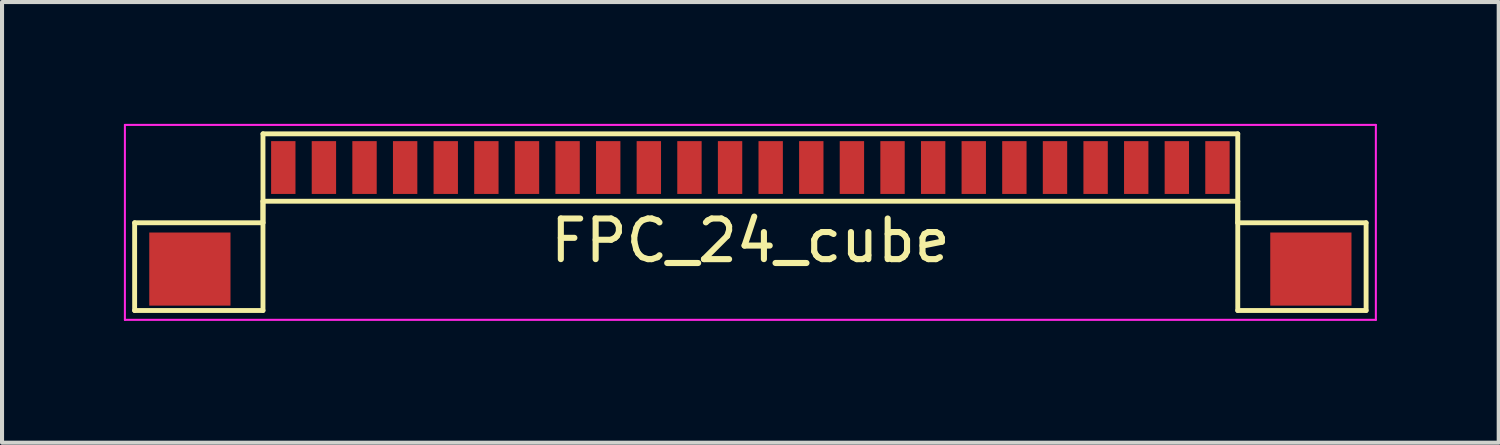
<source format=kicad_pcb>
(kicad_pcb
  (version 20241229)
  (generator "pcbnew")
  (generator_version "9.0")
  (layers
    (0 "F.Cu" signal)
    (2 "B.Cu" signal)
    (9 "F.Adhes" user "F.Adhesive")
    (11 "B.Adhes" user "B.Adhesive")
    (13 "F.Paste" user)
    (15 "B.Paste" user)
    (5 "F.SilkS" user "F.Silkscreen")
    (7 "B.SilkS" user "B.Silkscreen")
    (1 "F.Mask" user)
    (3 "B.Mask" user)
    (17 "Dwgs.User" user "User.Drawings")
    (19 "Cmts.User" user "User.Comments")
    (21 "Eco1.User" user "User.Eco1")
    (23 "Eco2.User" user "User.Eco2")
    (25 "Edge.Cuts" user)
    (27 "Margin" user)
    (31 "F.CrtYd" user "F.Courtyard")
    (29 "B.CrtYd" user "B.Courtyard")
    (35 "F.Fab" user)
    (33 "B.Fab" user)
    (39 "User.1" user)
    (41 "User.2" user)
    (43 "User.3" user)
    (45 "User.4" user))
  (footprint "FPC_24_cube"
    (layer "F.Cu")
    (at 15.425 1.075)
    (property "Reference" "FPC_24_cube" (at 0 1.8 0) (layer "F.SilkS") (effects (font (size 1 1) (thickness 0.15))))
    (attr smd)
    (fp_line (start -15.16 1.36) (end -12 1.36) (stroke (width 0.12) (type default)) (layer "F.SilkS"))
    (fp_line (start -15.16 3.52) (end -15.16 1.36) (stroke (width 0.12) (type default)) (layer "F.SilkS"))
    (fp_line (start -12 -0.83) (end 12 -0.83) (stroke (width 0.12) (type default)) (layer "F.SilkS"))
    (fp_line (start -12 0.83) (end -12 3.52) (stroke (width 0.12) (type default)) (layer "F.SilkS"))
    (fp_line (start -12 0.83) (end 12 0.83) (stroke (width 0.12) (type default)) (layer "F.SilkS"))
    (fp_line (start -12 1.36) (end -12 -0.83) (stroke (width 0.12) (type default)) (layer "F.SilkS"))
    (fp_line (start -12 3.52) (end -15.16 3.52) (stroke (width 0.12) (type default)) (layer "F.SilkS"))
    (fp_line (start 12 0.83) (end 12 3.52) (stroke (width 0.12) (type default)) (layer "F.SilkS"))
    (fp_line (start 12 1.36) (end 12 -0.83) (stroke (width 0.12) (type default)) (layer "F.SilkS"))
    (fp_line (start 12 3.52) (end 15.16 3.52) (stroke (width 0.12) (type default)) (layer "F.SilkS"))
    (fp_line (start 15.16 1.36) (end 12 1.36) (stroke (width 0.12) (type default)) (layer "F.SilkS"))
    (fp_line (start 15.16 3.52) (end 15.16 1.36) (stroke (width 0.12) (type default)) (layer "F.SilkS"))
    (fp_line (start -15.4 -1.05) (end -15.4 3.75) (stroke (width 0.05) (type default)) (layer "F.CrtYd"))
    (fp_line (start -15.4 -1.05) (end 15.4 -1.05) (stroke (width 0.05) (type default)) (layer "F.CrtYd"))
    (fp_line (start -15.4 3.75) (end 15.4 3.75) (stroke (width 0.05) (type default)) (layer "F.CrtYd"))
    (fp_line (start 15.4 -1.05) (end 15.4 3.75) (stroke (width 0.05) (type default)) (layer "F.CrtYd"))
    (pad "0" smd rect (at -13.8 2.5) (size 2 1.8) (layers "F.Cu" "F.Mask" "F.Paste"))
    (pad "0" smd rect (at 13.8 2.5) (size 2 1.8) (layers "F.Cu" "F.Mask" "F.Paste"))
    (pad "1" smd rect (at -11.5 0) (size 0.6 1.3) (layers "F.Cu" "F.Mask" "F.Paste"))
    (pad "2" smd rect (at -10.5 0) (size 0.6 1.3) (layers "F.Cu" "F.Mask" "F.Paste"))
    (pad "3" smd rect (at -9.5 0) (size 0.6 1.3) (layers "F.Cu" "F.Mask" "F.Paste"))
    (pad "4" smd rect (at -8.5 0) (size 0.6 1.3) (layers "F.Cu" "F.Mask" "F.Paste"))
    (pad "5" smd rect (at -7.5 0) (size 0.6 1.3) (layers "F.Cu" "F.Mask" "F.Paste"))
    (pad "6" smd rect (at -6.5 0) (size 0.6 1.3) (layers "F.Cu" "F.Mask" "F.Paste"))
    (pad "7" smd rect (at -5.5 0) (size 0.6 1.3) (layers "F.Cu" "F.Mask" "F.Paste"))
    (pad "8" smd rect (at -4.5 0) (size 0.6 1.3) (layers "F.Cu" "F.Mask" "F.Paste"))
    (pad "9" smd rect (at -3.5 0) (size 0.6 1.3) (layers "F.Cu" "F.Mask" "F.Paste"))
    (pad "10" smd rect (at -2.5 0) (size 0.6 1.3) (layers "F.Cu" "F.Mask" "F.Paste"))
    (pad "11" smd rect (at -1.5 0) (size 0.6 1.3) (layers "F.Cu" "F.Mask" "F.Paste"))
    (pad "12" smd rect (at -0.5 0) (size 0.6 1.3) (layers "F.Cu" "F.Mask" "F.Paste"))
    (pad "13" smd rect (at 0.5 0) (size 0.6 1.3) (layers "F.Cu" "F.Mask" "F.Paste"))
    (pad "14" smd rect (at 1.5 0) (size 0.6 1.3) (layers "F.Cu" "F.Mask" "F.Paste"))
    (pad "15" smd rect (at 2.5 0) (size 0.6 1.3) (layers "F.Cu" "F.Mask" "F.Paste"))
    (pad "16" smd rect (at 3.5 0) (size 0.6 1.3) (layers "F.Cu" "F.Mask" "F.Paste"))
    (pad "17" smd rect (at 4.5 0) (size 0.6 1.3) (layers "F.Cu" "F.Mask" "F.Paste"))
    (pad "18" smd rect (at 5.5 0) (size 0.6 1.3) (layers "F.Cu" "F.Mask" "F.Paste"))
    (pad "19" smd rect (at 6.5 0) (size 0.6 1.3) (layers "F.Cu" "F.Mask" "F.Paste"))
    (pad "20" smd rect (at 7.5 0) (size 0.6 1.3) (layers "F.Cu" "F.Mask" "F.Paste"))
    (pad "21" smd rect (at 8.5 0) (size 0.6 1.3) (layers "F.Cu" "F.Mask" "F.Paste"))
    (pad "22" smd rect (at 9.5 0) (size 0.6 1.3) (layers "F.Cu" "F.Mask" "F.Paste"))
    (pad "23" smd rect (at 10.5 0) (size 0.6 1.3) (layers "F.Cu" "F.Mask" "F.Paste"))
    (pad "24" smd rect (at 11.5 0) (size 0.6 1.3) (layers "F.Cu" "F.Mask" "F.Paste")))
  (gr_rect
    (start -3 -3)
    (end 33.85 7.85)
    (stroke (width 0.1) (type default))
    (fill no)
    (layer "Edge.Cuts")))
</source>
